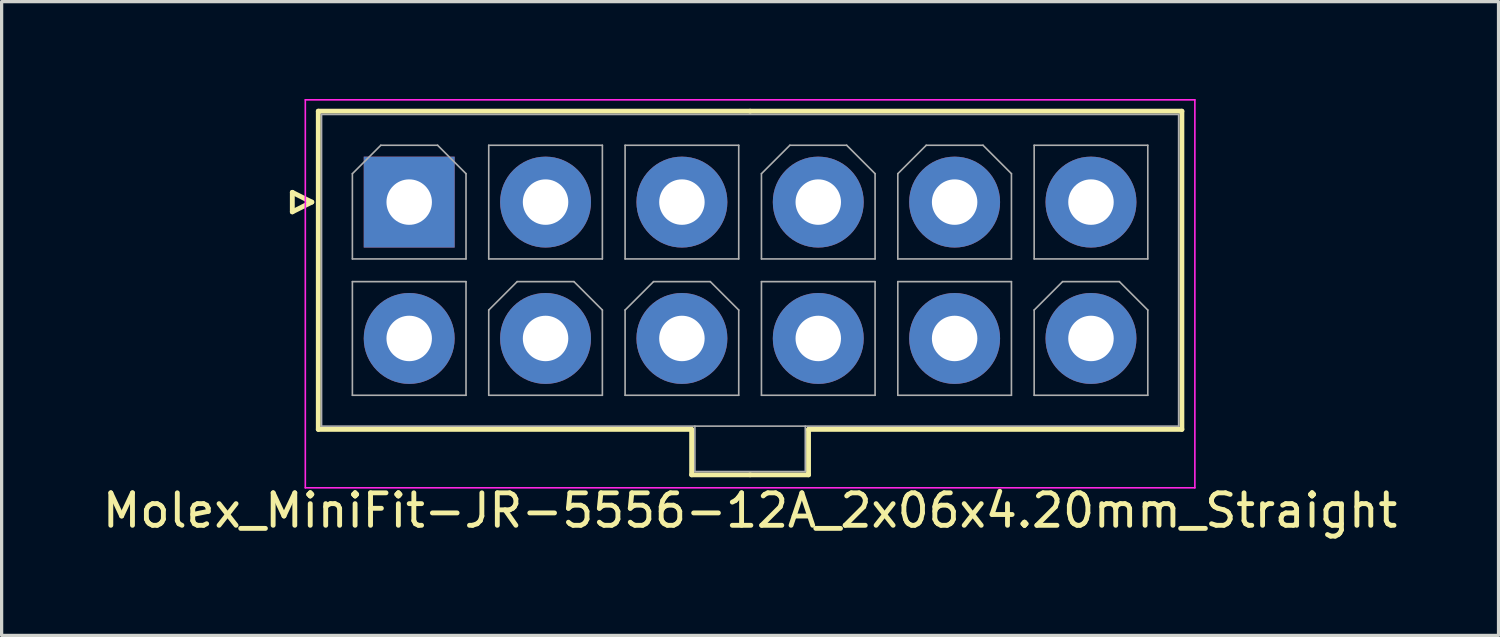
<source format=kicad_pcb>
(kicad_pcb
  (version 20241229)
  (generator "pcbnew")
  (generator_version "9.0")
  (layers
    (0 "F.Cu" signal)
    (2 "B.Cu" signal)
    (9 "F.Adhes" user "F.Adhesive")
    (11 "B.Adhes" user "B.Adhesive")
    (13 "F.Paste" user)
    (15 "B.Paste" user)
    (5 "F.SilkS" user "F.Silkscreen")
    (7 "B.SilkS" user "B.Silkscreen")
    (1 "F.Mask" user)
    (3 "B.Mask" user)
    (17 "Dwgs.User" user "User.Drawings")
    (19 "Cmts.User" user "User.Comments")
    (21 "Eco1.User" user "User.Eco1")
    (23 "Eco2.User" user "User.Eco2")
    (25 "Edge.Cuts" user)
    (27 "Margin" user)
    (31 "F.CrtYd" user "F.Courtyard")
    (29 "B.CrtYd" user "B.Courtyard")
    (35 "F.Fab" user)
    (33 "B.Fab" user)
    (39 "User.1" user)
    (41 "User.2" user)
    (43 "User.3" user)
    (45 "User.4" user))
  (footprint "Molex_MiniFit-JR-5556-12A_2x06x4.20mm_Straight"
    (layer "F.Cu")
    (at 9.554 3.175)
    (property "Reference" "Molex_MiniFit-JR-5556-12A_2x06x4.20mm_Straight" (at 10.5 9.5 0) (layer "F.SilkS") (effects (font (size 1 1) (thickness 0.15))))
    (attr through_hole)
    (fp_line (start -3.6 -0.3) (end -3 0) (stroke (width 0.15) (type solid)) (layer "F.SilkS"))
    (fp_line (start -3.6 0.3) (end -3.6 -0.3) (stroke (width 0.15) (type solid)) (layer "F.SilkS"))
    (fp_line (start -3 0) (end -3.6 0.3) (stroke (width 0.15) (type solid)) (layer "F.SilkS"))
    (fp_line (start -2.8 -2.8) (end -2.8 7) (stroke (width 0.15) (type solid)) (layer "F.SilkS"))
    (fp_line (start -2.8 7) (end 8.7 7) (stroke (width 0.15) (type solid)) (layer "F.SilkS"))
    (fp_line (start 8.7 7) (end 8.7 8.4) (stroke (width 0.15) (type solid)) (layer "F.SilkS"))
    (fp_line (start 8.7 8.4) (end 10.5 8.4) (stroke (width 0.15) (type solid)) (layer "F.SilkS"))
    (fp_line (start 10.5 -2.8) (end -2.8 -2.8) (stroke (width 0.15) (type solid)) (layer "F.SilkS"))
    (fp_line (start 10.5 -2.8) (end 23.8 -2.8) (stroke (width 0.15) (type solid)) (layer "F.SilkS"))
    (fp_line (start 12.3 7) (end 12.3 8.4) (stroke (width 0.15) (type solid)) (layer "F.SilkS"))
    (fp_line (start 12.3 8.4) (end 10.5 8.4) (stroke (width 0.15) (type solid)) (layer "F.SilkS"))
    (fp_line (start 23.8 -2.8) (end 23.8 7) (stroke (width 0.15) (type solid)) (layer "F.SilkS"))
    (fp_line (start 23.8 7) (end 12.3 7) (stroke (width 0.15) (type solid)) (layer "F.SilkS"))
    (fp_line (start -3.2 -3.15) (end -3.2 8.8) (stroke (width 0.05) (type solid)) (layer "F.CrtYd"))
    (fp_line (start -3.2 8.8) (end 24.2 8.8) (stroke (width 0.05) (type solid)) (layer "F.CrtYd"))
    (fp_line (start 24.2 -3.15) (end -3.2 -3.15) (stroke (width 0.05) (type solid)) (layer "F.CrtYd"))
    (fp_line (start 24.2 8.8) (end 24.2 -3.15) (stroke (width 0.05) (type solid)) (layer "F.CrtYd"))
    (fp_line (start -2.7 -2.7) (end -2.7 6.9) (stroke (width 0.05) (type solid)) (layer "F.Fab"))
    (fp_line (start -2.7 6.9) (end 23.7 6.9) (stroke (width 0.05) (type solid)) (layer "F.Fab"))
    (fp_line (start -1.75 -0.875) (end -0.875 -1.75) (stroke (width 0.05) (type solid)) (layer "F.Fab"))
    (fp_line (start -1.75 1.75) (end -1.75 -0.875) (stroke (width 0.05) (type solid)) (layer "F.Fab"))
    (fp_line (start -1.75 2.45) (end -1.75 5.95) (stroke (width 0.05) (type solid)) (layer "F.Fab"))
    (fp_line (start -1.75 5.95) (end 1.75 5.95) (stroke (width 0.05) (type solid)) (layer "F.Fab"))
    (fp_line (start -0.875 -1.75) (end 0.875 -1.75) (stroke (width 0.05) (type solid)) (layer "F.Fab"))
    (fp_line (start 0.875 -1.75) (end 1.75 -0.875) (stroke (width 0.05) (type solid)) (layer "F.Fab"))
    (fp_line (start 1.75 -0.875) (end 1.75 1.75) (stroke (width 0.05) (type solid)) (layer "F.Fab"))
    (fp_line (start 1.75 1.75) (end -1.75 1.75) (stroke (width 0.05) (type solid)) (layer "F.Fab"))
    (fp_line (start 1.75 2.45) (end -1.75 2.45) (stroke (width 0.05) (type solid)) (layer "F.Fab"))
    (fp_line (start 1.75 5.95) (end 1.75 2.45) (stroke (width 0.05) (type solid)) (layer "F.Fab"))
    (fp_line (start 2.45 -1.75) (end 2.45 1.75) (stroke (width 0.05) (type solid)) (layer "F.Fab"))
    (fp_line (start 2.45 1.75) (end 5.95 1.75) (stroke (width 0.05) (type solid)) (layer "F.Fab"))
    (fp_line (start 2.45 3.325) (end 3.325 2.45) (stroke (width 0.05) (type solid)) (layer "F.Fab"))
    (fp_line (start 2.45 5.95) (end 2.45 3.325) (stroke (width 0.05) (type solid)) (layer "F.Fab"))
    (fp_line (start 3.325 2.45) (end 5.075 2.45) (stroke (width 0.05) (type solid)) (layer "F.Fab"))
    (fp_line (start 5.075 2.45) (end 5.95 3.325) (stroke (width 0.05) (type solid)) (layer "F.Fab"))
    (fp_line (start 5.95 -1.75) (end 2.45 -1.75) (stroke (width 0.05) (type solid)) (layer "F.Fab"))
    (fp_line (start 5.95 1.75) (end 5.95 -1.75) (stroke (width 0.05) (type solid)) (layer "F.Fab"))
    (fp_line (start 5.95 3.325) (end 5.95 5.95) (stroke (width 0.05) (type solid)) (layer "F.Fab"))
    (fp_line (start 5.95 5.95) (end 2.45 5.95) (stroke (width 0.05) (type solid)) (layer "F.Fab"))
    (fp_line (start 6.65 -1.75) (end 6.65 1.75) (stroke (width 0.05) (type solid)) (layer "F.Fab"))
    (fp_line (start 6.65 1.75) (end 10.15 1.75) (stroke (width 0.05) (type solid)) (layer "F.Fab"))
    (fp_line (start 6.65 3.325) (end 7.525 2.45) (stroke (width 0.05) (type solid)) (layer "F.Fab"))
    (fp_line (start 6.65 5.95) (end 6.65 3.325) (stroke (width 0.05) (type solid)) (layer "F.Fab"))
    (fp_line (start 7.525 2.45) (end 9.275 2.45) (stroke (width 0.05) (type solid)) (layer "F.Fab"))
    (fp_line (start 8.8 6.9) (end 8.8 8.3) (stroke (width 0.05) (type solid)) (layer "F.Fab"))
    (fp_line (start 8.8 8.3) (end 12.2 8.3) (stroke (width 0.05) (type solid)) (layer "F.Fab"))
    (fp_line (start 9.275 2.45) (end 10.15 3.325) (stroke (width 0.05) (type solid)) (layer "F.Fab"))
    (fp_line (start 10.15 -1.75) (end 6.65 -1.75) (stroke (width 0.05) (type solid)) (layer "F.Fab"))
    (fp_line (start 10.15 1.75) (end 10.15 -1.75) (stroke (width 0.05) (type solid)) (layer "F.Fab"))
    (fp_line (start 10.15 3.325) (end 10.15 5.95) (stroke (width 0.05) (type solid)) (layer "F.Fab"))
    (fp_line (start 10.15 5.95) (end 6.65 5.95) (stroke (width 0.05) (type solid)) (layer "F.Fab"))
    (fp_line (start 10.85 -0.875) (end 11.725 -1.75) (stroke (width 0.05) (type solid)) (layer "F.Fab"))
    (fp_line (start 10.85 1.75) (end 10.85 -0.875) (stroke (width 0.05) (type solid)) (layer "F.Fab"))
    (fp_line (start 10.85 2.45) (end 10.85 5.95) (stroke (width 0.05) (type solid)) (layer "F.Fab"))
    (fp_line (start 10.85 5.95) (end 14.35 5.95) (stroke (width 0.05) (type solid)) (layer "F.Fab"))
    (fp_line (start 11.725 -1.75) (end 13.475 -1.75) (stroke (width 0.05) (type solid)) (layer "F.Fab"))
    (fp_line (start 12.2 8.3) (end 12.2 6.9) (stroke (width 0.05) (type solid)) (layer "F.Fab"))
    (fp_line (start 13.475 -1.75) (end 14.35 -0.875) (stroke (width 0.05) (type solid)) (layer "F.Fab"))
    (fp_line (start 14.35 -0.875) (end 14.35 1.75) (stroke (width 0.05) (type solid)) (layer "F.Fab"))
    (fp_line (start 14.35 1.75) (end 10.85 1.75) (stroke (width 0.05) (type solid)) (layer "F.Fab"))
    (fp_line (start 14.35 2.45) (end 10.85 2.45) (stroke (width 0.05) (type solid)) (layer "F.Fab"))
    (fp_line (start 14.35 5.95) (end 14.35 2.45) (stroke (width 0.05) (type solid)) (layer "F.Fab"))
    (fp_line (start 15.05 -0.875) (end 15.925 -1.75) (stroke (width 0.05) (type solid)) (layer "F.Fab"))
    (fp_line (start 15.05 1.75) (end 15.05 -0.875) (stroke (width 0.05) (type solid)) (layer "F.Fab"))
    (fp_line (start 15.05 2.45) (end 15.05 5.95) (stroke (width 0.05) (type solid)) (layer "F.Fab"))
    (fp_line (start 15.05 5.95) (end 18.55 5.95) (stroke (width 0.05) (type solid)) (layer "F.Fab"))
    (fp_line (start 15.925 -1.75) (end 17.675 -1.75) (stroke (width 0.05) (type solid)) (layer "F.Fab"))
    (fp_line (start 17.675 -1.75) (end 18.55 -0.875) (stroke (width 0.05) (type solid)) (layer "F.Fab"))
    (fp_line (start 18.55 -0.875) (end 18.55 1.75) (stroke (width 0.05) (type solid)) (layer "F.Fab"))
    (fp_line (start 18.55 1.75) (end 15.05 1.75) (stroke (width 0.05) (type solid)) (layer "F.Fab"))
    (fp_line (start 18.55 2.45) (end 15.05 2.45) (stroke (width 0.05) (type solid)) (layer "F.Fab"))
    (fp_line (start 18.55 5.95) (end 18.55 2.45) (stroke (width 0.05) (type solid)) (layer "F.Fab"))
    (fp_line (start 19.25 -1.75) (end 19.25 1.75) (stroke (width 0.05) (type solid)) (layer "F.Fab"))
    (fp_line (start 19.25 1.75) (end 22.75 1.75) (stroke (width 0.05) (type solid)) (layer "F.Fab"))
    (fp_line (start 19.25 3.325) (end 20.125 2.45) (stroke (width 0.05) (type solid)) (layer "F.Fab"))
    (fp_line (start 19.25 5.95) (end 19.25 3.325) (stroke (width 0.05) (type solid)) (layer "F.Fab"))
    (fp_line (start 20.125 2.45) (end 21.875 2.45) (stroke (width 0.05) (type solid)) (layer "F.Fab"))
    (fp_line (start 21.875 2.45) (end 22.75 3.325) (stroke (width 0.05) (type solid)) (layer "F.Fab"))
    (fp_line (start 22.75 -1.75) (end 19.25 -1.75) (stroke (width 0.05) (type solid)) (layer "F.Fab"))
    (fp_line (start 22.75 1.75) (end 22.75 -1.75) (stroke (width 0.05) (type solid)) (layer "F.Fab"))
    (fp_line (start 22.75 3.325) (end 22.75 5.95) (stroke (width 0.05) (type solid)) (layer "F.Fab"))
    (fp_line (start 22.75 5.95) (end 19.25 5.95) (stroke (width 0.05) (type solid)) (layer "F.Fab"))
    (fp_line (start 23.7 -2.7) (end -2.7 -2.7) (stroke (width 0.05) (type solid)) (layer "F.Fab"))
    (fp_line (start 23.7 6.9) (end 23.7 -2.7) (stroke (width 0.05) (type solid)) (layer "F.Fab"))
    (pad "1" thru_hole rect (at 0 0) (size 2.8 2.8) (drill 1.4) (layers "*.Cu" "*.Mask"))
    (pad "2" thru_hole circle (at 4.2 0) (size 2.8 2.8) (drill 1.4) (layers "*.Cu" "*.Mask"))
    (pad "3" thru_hole circle (at 8.4 0) (size 2.8 2.8) (drill 1.4) (layers "*.Cu" "*.Mask"))
    (pad "4" thru_hole circle (at 12.6 0) (size 2.8 2.8) (drill 1.4) (layers "*.Cu" "*.Mask"))
    (pad "5" thru_hole circle (at 16.8 0) (size 2.8 2.8) (drill 1.4) (layers "*.Cu" "*.Mask"))
    (pad "6" thru_hole circle (at 21 0) (size 2.8 2.8) (drill 1.4) (layers "*.Cu" "*.Mask"))
    (pad "7" thru_hole circle (at 0 4.2) (size 2.8 2.8) (drill 1.4) (layers "*.Cu" "*.Mask"))
    (pad "8" thru_hole circle (at 4.2 4.2) (size 2.8 2.8) (drill 1.4) (layers "*.Cu" "*.Mask"))
    (pad "9" thru_hole circle (at 8.4 4.2) (size 2.8 2.8) (drill 1.4) (layers "*.Cu" "*.Mask"))
    (pad "10" thru_hole circle (at 12.6 4.2) (size 2.8 2.8) (drill 1.4) (layers "*.Cu" "*.Mask"))
    (pad "11" thru_hole circle (at 16.8 4.2) (size 2.8 2.8) (drill 1.4) (layers "*.Cu" "*.Mask"))
    (pad "12" thru_hole circle (at 21 4.2) (size 2.8 2.8) (drill 1.4) (layers "*.Cu" "*.Mask")))
  (gr_rect
    (start -3 -3)
    (end 43.107 16.523)
    (stroke (width 0.1) (type default))
    (fill no)
    (layer "Edge.Cuts")))
</source>
